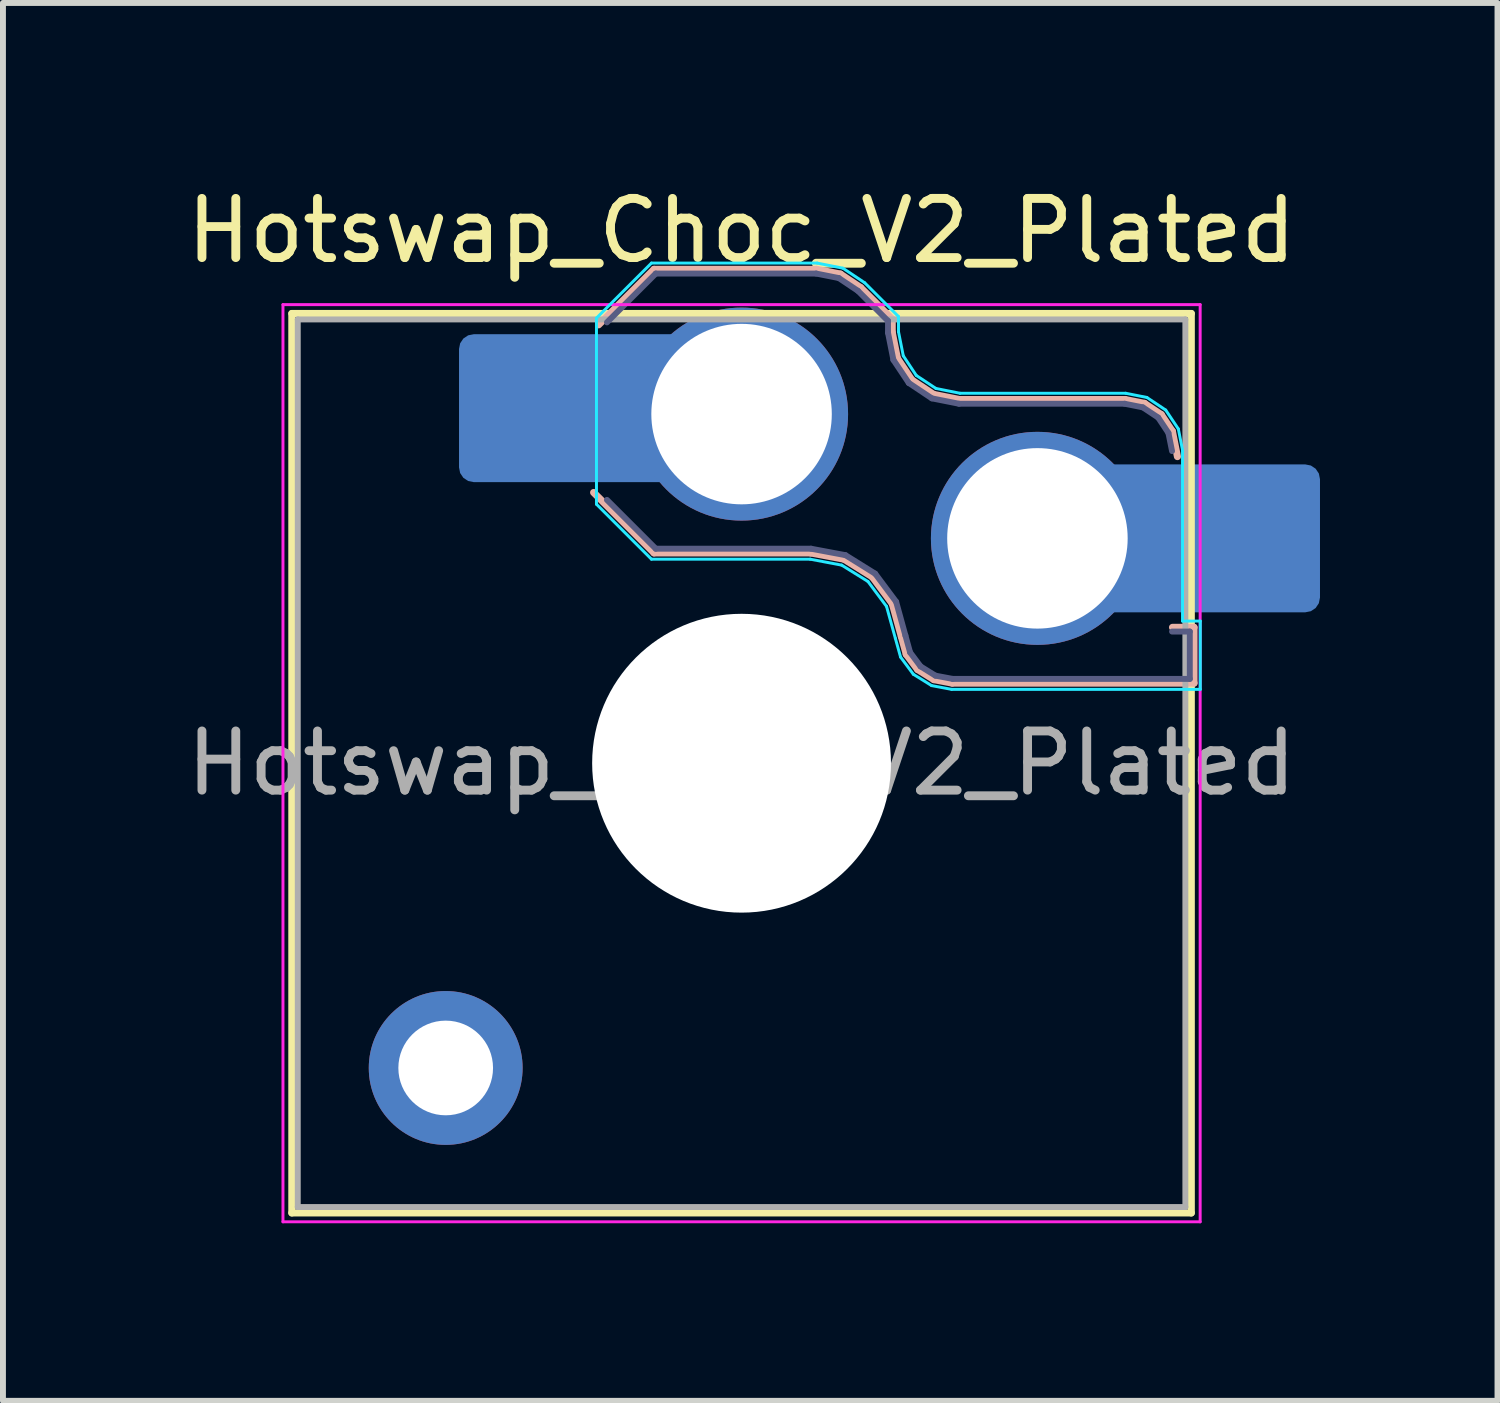
<source format=kicad_pcb>
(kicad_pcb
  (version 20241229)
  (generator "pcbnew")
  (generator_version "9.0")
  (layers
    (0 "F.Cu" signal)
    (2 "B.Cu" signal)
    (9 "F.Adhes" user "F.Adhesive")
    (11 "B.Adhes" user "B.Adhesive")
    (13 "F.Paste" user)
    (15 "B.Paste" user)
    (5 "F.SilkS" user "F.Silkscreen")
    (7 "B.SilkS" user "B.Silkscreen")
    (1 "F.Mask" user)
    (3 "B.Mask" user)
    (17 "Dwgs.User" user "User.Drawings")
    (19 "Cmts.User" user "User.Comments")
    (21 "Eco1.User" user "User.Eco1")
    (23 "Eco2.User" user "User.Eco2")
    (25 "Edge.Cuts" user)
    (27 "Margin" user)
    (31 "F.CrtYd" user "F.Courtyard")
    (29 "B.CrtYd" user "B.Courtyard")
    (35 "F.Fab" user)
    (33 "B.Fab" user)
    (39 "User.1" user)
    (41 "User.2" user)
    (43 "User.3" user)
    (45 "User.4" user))
  (footprint "Hotswap_Choc_V2_Plated"
    (layer "F.Cu")
    (at 9.482 9.848)
    (property "Reference" "Hotswap_Choc_V2_Plated" (at 0 -9 0) (layer "F.SilkS") (effects (font (size 1 1) (thickness 0.15))))
    (attr smd)
    (fp_line (start -7.6 -7.6) (end -7.6 7.6) (stroke (width 0.12) (type solid)) (layer "F.SilkS"))
    (fp_line (start -7.6 7.6) (end 7.6 7.6) (stroke (width 0.12) (type solid)) (layer "F.SilkS"))
    (fp_line (start 7.6 -7.6) (end -7.6 -7.6) (stroke (width 0.12) (type solid)) (layer "F.SilkS"))
    (fp_line (start 7.6 7.6) (end 7.6 -7.6) (stroke (width 0.12) (type solid)) (layer "F.SilkS"))
    (fp_line (start -2.416 -7.409) (end -1.479 -8.346) (stroke (width 0.12) (type solid)) (layer "B.SilkS"))
    (fp_line (start -1.479 -8.346) (end 1.268 -8.346) (stroke (width 0.12) (type solid)) (layer "B.SilkS"))
    (fp_line (start -1.479 -3.554) (end -2.5 -4.575) (stroke (width 0.12) (type solid)) (layer "B.SilkS"))
    (fp_line (start 1.168 -3.554) (end -1.479 -3.554) (stroke (width 0.12) (type solid)) (layer "B.SilkS"))
    (fp_line (start 1.268 -8.346) (end 1.671 -8.266) (stroke (width 0.12) (type solid)) (layer "B.SilkS"))
    (fp_line (start 1.671 -8.266) (end 2.013 -8.037) (stroke (width 0.12) (type solid)) (layer "B.SilkS"))
    (fp_line (start 1.73 -3.449) (end 1.168 -3.554) (stroke (width 0.12) (type solid)) (layer "B.SilkS"))
    (fp_line (start 2.013 -8.037) (end 2.546 -7.504) (stroke (width 0.12) (type solid)) (layer "B.SilkS"))
    (fp_line (start 2.209 -3.15) (end 1.73 -3.449) (stroke (width 0.12) (type solid)) (layer "B.SilkS"))
    (fp_line (start 2.546 -7.504) (end 2.546 -7.282) (stroke (width 0.12) (type solid)) (layer "B.SilkS"))
    (fp_line (start 2.546 -7.282) (end 2.633 -6.844) (stroke (width 0.12) (type solid)) (layer "B.SilkS"))
    (fp_line (start 2.547 -2.697) (end 2.209 -3.15) (stroke (width 0.12) (type solid)) (layer "B.SilkS"))
    (fp_line (start 2.633 -6.844) (end 2.877 -6.477) (stroke (width 0.12) (type solid)) (layer "B.SilkS"))
    (fp_line (start 2.701 -2.139) (end 2.547 -2.697) (stroke (width 0.12) (type solid)) (layer "B.SilkS"))
    (fp_line (start 2.783 -1.841) (end 2.701 -2.139) (stroke (width 0.12) (type solid)) (layer "B.SilkS"))
    (fp_line (start 2.877 -6.477) (end 3.244 -6.233) (stroke (width 0.12) (type solid)) (layer "B.SilkS"))
    (fp_line (start 2.976 -1.583) (end 2.783 -1.841) (stroke (width 0.12) (type solid)) (layer "B.SilkS"))
    (fp_line (start 3.244 -6.233) (end 3.682 -6.146) (stroke (width 0.12) (type solid)) (layer "B.SilkS"))
    (fp_line (start 3.25 -1.413) (end 2.976 -1.583) (stroke (width 0.12) (type solid)) (layer "B.SilkS"))
    (fp_line (start 3.56 -1.354) (end 3.25 -1.413) (stroke (width 0.12) (type solid)) (layer "B.SilkS"))
    (fp_line (start 3.682 -6.146) (end 6.482 -6.146) (stroke (width 0.12) (type solid)) (layer "B.SilkS"))
    (fp_line (start 6.482 -6.146) (end 6.809 -6.081) (stroke (width 0.12) (type solid)) (layer "B.SilkS"))
    (fp_line (start 6.809 -6.081) (end 7.092 -5.892) (stroke (width 0.12) (type solid)) (layer "B.SilkS"))
    (fp_line (start 7.092 -5.892) (end 7.281 -5.609) (stroke (width 0.12) (type solid)) (layer "B.SilkS"))
    (fp_line (start 7.281 -5.609) (end 7.366 -5.182) (stroke (width 0.12) (type solid)) (layer "B.SilkS"))
    (fp_line (start 7.283 -2.296) (end 7.646 -2.296) (stroke (width 0.12) (type solid)) (layer "B.SilkS"))
    (fp_line (start 7.646 -2.296) (end 7.646 -1.354) (stroke (width 0.12) (type solid)) (layer "B.SilkS"))
    (fp_line (start 7.646 -1.354) (end 3.56 -1.354) (stroke (width 0.12) (type solid)) (layer "B.SilkS"))
    (fp_line (start -7.25 -7.25) (end -7.25 7.25) (stroke (width 0.1) (type solid)) (layer "Eco1.User"))
    (fp_line (start -7.25 7.25) (end 7.25 7.25) (stroke (width 0.1) (type solid)) (layer "Eco1.User"))
    (fp_line (start 7.25 -7.25) (end -7.25 -7.25) (stroke (width 0.1) (type solid)) (layer "Eco1.User"))
    (fp_line (start 7.25 7.25) (end 7.25 -7.25) (stroke (width 0.1) (type solid)) (layer "Eco1.User"))
    (fp_line (start -2.452 -7.523) (end -1.523 -8.452) (stroke (width 0.05) (type solid)) (layer "B.CrtYd"))
    (fp_line (start -2.452 -4.377) (end -2.452 -7.523) (stroke (width 0.05) (type solid)) (layer "B.CrtYd"))
    (fp_line (start -1.523 -8.452) (end 1.278 -8.452) (stroke (width 0.05) (type solid)) (layer "B.CrtYd"))
    (fp_line (start -1.523 -3.448) (end -2.452 -4.377) (stroke (width 0.05) (type solid)) (layer "B.CrtYd"))
    (fp_line (start 1.159 -3.448) (end -1.523 -3.448) (stroke (width 0.05) (type solid)) (layer "B.CrtYd"))
    (fp_line (start 1.278 -8.452) (end 1.712 -8.366) (stroke (width 0.05) (type solid)) (layer "B.CrtYd"))
    (fp_line (start 1.691 -3.348) (end 1.159 -3.448) (stroke (width 0.05) (type solid)) (layer "B.CrtYd"))
    (fp_line (start 1.712 -8.366) (end 2.081 -8.119) (stroke (width 0.05) (type solid)) (layer "B.CrtYd"))
    (fp_line (start 2.081 -8.119) (end 2.652 -7.548) (stroke (width 0.05) (type solid)) (layer "B.CrtYd"))
    (fp_line (start 2.136 -3.071) (end 1.691 -3.348) (stroke (width 0.05) (type solid)) (layer "B.CrtYd"))
    (fp_line (start 2.45 -2.65) (end 2.136 -3.071) (stroke (width 0.05) (type solid)) (layer "B.CrtYd"))
    (fp_line (start 2.599 -2.111) (end 2.45 -2.65) (stroke (width 0.05) (type solid)) (layer "B.CrtYd"))
    (fp_line (start 2.652 -7.548) (end 2.652 -7.292) (stroke (width 0.05) (type solid)) (layer "B.CrtYd"))
    (fp_line (start 2.652 -7.292) (end 2.733 -6.885) (stroke (width 0.05) (type solid)) (layer "B.CrtYd"))
    (fp_line (start 2.687 -1.794) (end 2.599 -2.111) (stroke (width 0.05) (type solid)) (layer "B.CrtYd"))
    (fp_line (start 2.733 -6.885) (end 2.953 -6.553) (stroke (width 0.05) (type solid)) (layer "B.CrtYd"))
    (fp_line (start 2.903 -1.503) (end 2.687 -1.794) (stroke (width 0.05) (type solid)) (layer "B.CrtYd"))
    (fp_line (start 2.953 -6.553) (end 3.285 -6.333) (stroke (width 0.05) (type solid)) (layer "B.CrtYd"))
    (fp_line (start 3.211 -1.312) (end 2.903 -1.503) (stroke (width 0.05) (type solid)) (layer "B.CrtYd"))
    (fp_line (start 3.285 -6.333) (end 3.692 -6.252) (stroke (width 0.05) (type solid)) (layer "B.CrtYd"))
    (fp_line (start 3.55 -1.248) (end 3.211 -1.312) (stroke (width 0.05) (type solid)) (layer "B.CrtYd"))
    (fp_line (start 3.692 -6.252) (end 6.492 -6.252) (stroke (width 0.05) (type solid)) (layer "B.CrtYd"))
    (fp_line (start 6.492 -6.252) (end 6.85 -6.181) (stroke (width 0.05) (type solid)) (layer "B.CrtYd"))
    (fp_line (start 6.85 -6.181) (end 7.168 -5.968) (stroke (width 0.05) (type solid)) (layer "B.CrtYd"))
    (fp_line (start 7.168 -5.968) (end 7.381 -5.65) (stroke (width 0.05) (type solid)) (layer "B.CrtYd"))
    (fp_line (start 7.381 -5.65) (end 7.452 -5.292) (stroke (width 0.05) (type solid)) (layer "B.CrtYd"))
    (fp_line (start 7.452 -5.292) (end 7.452 -2.402) (stroke (width 0.05) (type solid)) (layer "B.CrtYd"))
    (fp_line (start 7.452 -2.402) (end 7.752 -2.402) (stroke (width 0.05) (type solid)) (layer "B.CrtYd"))
    (fp_line (start 7.752 -2.402) (end 7.752 -1.248) (stroke (width 0.05) (type solid)) (layer "B.CrtYd"))
    (fp_line (start 7.752 -1.248) (end 3.55 -1.248) (stroke (width 0.05) (type solid)) (layer "B.CrtYd"))
    (fp_line (start -7.75 -7.75) (end -7.75 7.75) (stroke (width 0.05) (type solid)) (layer "F.CrtYd"))
    (fp_line (start -7.75 7.75) (end 7.75 7.75) (stroke (width 0.05) (type solid)) (layer "F.CrtYd"))
    (fp_line (start 7.75 -7.75) (end -7.75 -7.75) (stroke (width 0.05) (type solid)) (layer "F.CrtYd"))
    (fp_line (start 7.75 7.75) (end 7.75 -7.75) (stroke (width 0.05) (type solid)) (layer "F.CrtYd"))
    (fp_line (start -2.275 -7.45) (end -1.45 -8.275) (stroke (width 0.1) (type solid)) (layer "B.Fab"))
    (fp_line (start -1.45 -8.275) (end 1.261 -8.275) (stroke (width 0.1) (type solid)) (layer "B.Fab"))
    (fp_line (start -1.45 -3.625) (end -2.275 -4.45) (stroke (width 0.1) (type solid)) (layer "B.Fab"))
    (fp_line (start 1.175 -3.625) (end -1.45 -3.625) (stroke (width 0.1) (type solid)) (layer "B.Fab"))
    (fp_line (start 1.261 -8.275) (end 1.643 -8.199) (stroke (width 0.1) (type solid)) (layer "B.Fab"))
    (fp_line (start 1.643 -8.199) (end 1.968 -7.982) (stroke (width 0.1) (type solid)) (layer "B.Fab"))
    (fp_line (start 1.756 -3.516) (end 1.175 -3.625) (stroke (width 0.1) (type solid)) (layer "B.Fab"))
    (fp_line (start 1.968 -7.982) (end 2.475 -7.475) (stroke (width 0.1) (type solid)) (layer "B.Fab"))
    (fp_line (start 2.258 -3.203) (end 1.756 -3.516) (stroke (width 0.1) (type solid)) (layer "B.Fab"))
    (fp_line (start 2.475 -7.475) (end 2.475 -7.275) (stroke (width 0.1) (type solid)) (layer "B.Fab"))
    (fp_line (start 2.475 -7.275) (end 2.566 -6.816) (stroke (width 0.1) (type solid)) (layer "B.Fab"))
    (fp_line (start 2.566 -6.816) (end 2.826 -6.426) (stroke (width 0.1) (type solid)) (layer "B.Fab"))
    (fp_line (start 2.612 -2.729) (end 2.258 -3.203) (stroke (width 0.1) (type solid)) (layer "B.Fab"))
    (fp_line (start 2.769 -2.158) (end 2.612 -2.729) (stroke (width 0.1) (type solid)) (layer "B.Fab"))
    (fp_line (start 2.826 -6.426) (end 3.216 -6.166) (stroke (width 0.1) (type solid)) (layer "B.Fab"))
    (fp_line (start 2.848 -1.873) (end 2.769 -2.158) (stroke (width 0.1) (type solid)) (layer "B.Fab"))
    (fp_line (start 3.025 -1.636) (end 2.848 -1.873) (stroke (width 0.1) (type solid)) (layer "B.Fab"))
    (fp_line (start 3.216 -6.166) (end 3.675 -6.075) (stroke (width 0.1) (type solid)) (layer "B.Fab"))
    (fp_line (start 3.276 -1.48) (end 3.025 -1.636) (stroke (width 0.1) (type solid)) (layer "B.Fab"))
    (fp_line (start 3.567 -1.425) (end 3.276 -1.48) (stroke (width 0.1) (type solid)) (layer "B.Fab"))
    (fp_line (start 3.675 -6.075) (end 6.475 -6.075) (stroke (width 0.1) (type solid)) (layer "B.Fab"))
    (fp_line (start 6.475 -6.075) (end 6.781 -6.014) (stroke (width 0.1) (type solid)) (layer "B.Fab"))
    (fp_line (start 6.781 -6.014) (end 7.041 -5.841) (stroke (width 0.1) (type solid)) (layer "B.Fab"))
    (fp_line (start 7.041 -5.841) (end 7.214 -5.581) (stroke (width 0.1) (type solid)) (layer "B.Fab"))
    (fp_line (start 7.214 -5.581) (end 7.275 -5.275) (stroke (width 0.1) (type solid)) (layer "B.Fab"))
    (fp_line (start 7.275 -2.225) (end 7.575 -2.225) (stroke (width 0.1) (type solid)) (layer "B.Fab"))
    (fp_line (start 7.575 -2.225) (end 7.575 -1.425) (stroke (width 0.1) (type solid)) (layer "B.Fab"))
    (fp_line (start 7.575 -1.425) (end 3.567 -1.425) (stroke (width 0.1) (type solid)) (layer "B.Fab"))
    (fp_line (start -7.5 -7.5) (end -7.5 7.5) (stroke (width 0.1) (type solid)) (layer "F.Fab"))
    (fp_line (start -7.5 7.5) (end 7.5 7.5) (stroke (width 0.1) (type solid)) (layer "F.Fab"))
    (fp_line (start 7.5 -7.5) (end -7.5 -7.5) (stroke (width 0.1) (type solid)) (layer "F.Fab"))
    (fp_line (start 7.5 7.5) (end 7.5 -7.5) (stroke (width 0.1) (type solid)) (layer "F.Fab"))
    (fp_text user "${REFERENCE}" (at 0 0 0) (layer "F.Fab") (effects (font (size 1 1) (thickness 0.15))))
    (pad "" thru_hole circle (at -5 5.15) (size 2.6 2.6) (drill 1.6) (layers "*.Cu" "*.Mask"))
    (pad "" smd roundrect (at -3.5 -6) (size 2.55 2.5) (layers "B.Mask" "B.Paste") (roundrect_rratio 0.1))
    (pad "" np_thru_hole circle (at 0 0) (size 5.05 5.05) (drill 5.05) (layers "*.Cu" "*.Mask"))
    (pad "" smd roundrect (at 8.5 -3.8) (size 2.55 2.5) (layers "B.Mask" "B.Paste") (roundrect_rratio 0.1))
    (pad "1" smd roundrect (at -2.85 -6) (size 3.85 2.5) (layers "B.Cu") (roundrect_rratio 0.1))
    (pad "1" thru_hole circle (at 0 -5.9) (size 3.6 3.6) (drill 3.05) (layers "*.Cu" "*.Mask"))
    (pad "2" thru_hole circle (at 5 -3.8) (size 3.6 3.6) (drill 3.05) (layers "*.Cu" "*.Mask"))
    (pad "2" smd roundrect (at 7.85 -3.8) (size 3.85 2.5) (layers "B.Cu") (roundrect_rratio 0.1)))
  (gr_rect
    (start -3 -3)
    (end 22.257 20.623)
    (stroke (width 0.1) (type default))
    (fill no)
    (layer "Edge.Cuts")))
</source>
